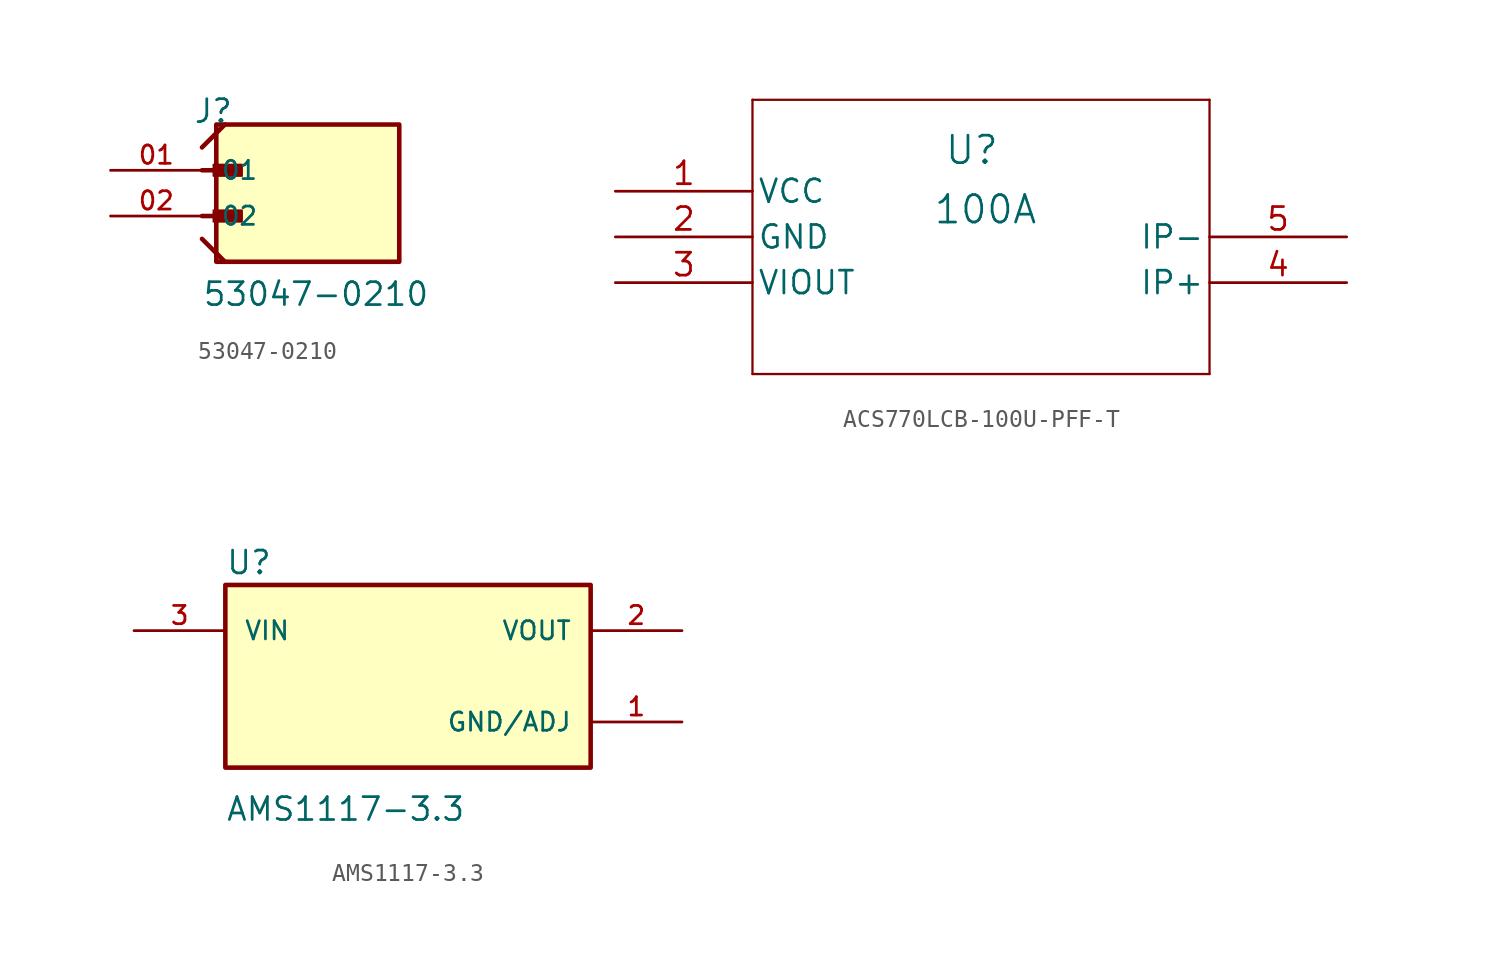
<source format=kicad_sym>
(kicad_symbol_lib
  (version 20231120)
  (generator "kicad_symbol_editor")
  (generator_version "8.0")
  (symbol "53047-0210"
    (pin_names
      (offset 1.016))
    (property "Reference" "J"
      (at -5.58 5.08 0)
      (effects (font (size 1.27 1.27)) (justify left bottom)))
    (property "Value" "53047-0210"
      (at -5.08 -5.08 0)
      (effects (font (size 1.27 1.27)) (justify left bottom)))
    (symbol "53047-0210_0_0"
      (rectangle (start -4.445 -0.318) (end -2.857 0.318) (stroke (width 0.1) (type default)) (fill (type outline)))
      (rectangle (start -4.445 2.223) (end -2.857 2.857) (stroke (width 0.1) (type default)) (fill (type outline)))
      (rectangle (start -4.286 -2.54) (end 5.874 5.08) (stroke (width 0.254) (type default)) (fill (type background)))
      (polyline (pts (xy -5.08 -1.27) (xy -3.81 -2.54)) (stroke (width 0.254) (type default)) (fill (type none)))
      (polyline (pts (xy -5.08 0) (xy -3.175 0)) (stroke (width 0.254) (type default)) (fill (type none)))
      (polyline (pts (xy -5.08 2.54) (xy -3.175 2.54)) (stroke (width 0.254) (type default)) (fill (type none)))
      (polyline (pts (xy -5.08 3.81) (xy -3.81 5.08)) (stroke (width 0.254) (type default)) (fill (type none)))
      (pin passive line (at -10.16 2.54 0) (length 5.08) (name "01" (effects (font (size 1.016 1.016)))) (number "01" (effects (font (size 1.016 1.016)))))
      (pin passive line (at -10.16 0 0) (length 5.08) (name "02" (effects (font (size 1.016 1.016)))) (number "02" (effects (font (size 1.016 1.016)))))))
  (symbol "ACS770LCB-100U-PFF-T"
    (pin_names
      (offset 0.254))
    (property "Reference" "U"
      (at 19.812 2.286 0)
      (effects (font (size 1.524 1.524))))
    (property "Value" "100A"
      (at 20.574 -1.016 0)
      (effects (font (size 1.524 1.524))))
    (property "ki_locked" ""
      (at 0 0 0)
      (effects (font (size 1.27 1.27))))
    (symbol "ACS770LCB-100U-PFF-T_0_1"
      (polyline (pts (xy 7.62 -10.16) (xy 33.02 -10.16)) (stroke (width 0.127) (type default)) (fill (type none)))
      (polyline (pts (xy 7.62 5.08) (xy 7.62 -10.16)) (stroke (width 0.127) (type default)) (fill (type none)))
      (polyline (pts (xy 33.02 -10.16) (xy 33.02 5.08)) (stroke (width 0.127) (type default)) (fill (type none)))
      (polyline (pts (xy 33.02 5.08) (xy 7.62 5.08)) (stroke (width 0.127) (type default)) (fill (type none)))
      (pin power_in line (at 0 0 0) (length 7.62) (name "VCC" (effects (font (size 1.27 1.27)))) (number "1" (effects (font (size 1.27 1.27)))))
      (pin power_out line (at 0 -2.54 0) (length 7.62) (name "GND" (effects (font (size 1.27 1.27)))) (number "2" (effects (font (size 1.27 1.27)))))
      (pin output line (at 0 -5.08 0) (length 7.62) (name "VIOUT" (effects (font (size 1.27 1.27)))) (number "3" (effects (font (size 1.27 1.27)))))
      (pin unspecified line (at 40.64 -5.08 180) (length 7.62) (name "IP+" (effects (font (size 1.27 1.27)))) (number "4" (effects (font (size 1.27 1.27)))))
      (pin unspecified line (at 40.64 -2.54 180) (length 7.62) (name "IP-" (effects (font (size 1.27 1.27)))) (number "5" (effects (font (size 1.27 1.27)))))))
  (symbol "AMS1117-3.3"
    (pin_names
      (offset 1.016))
    (property "Reference" "U"
      (at -10.16 5.588 0)
      (effects (font (size 1.27 1.27)) (justify left bottom)))
    (property "Value" "AMS1117-3.3"
      (at -10.16 -8.128 0)
      (effects (font (size 1.27 1.27)) (justify left bottom)))
    (symbol "AMS1117-3.3_0_0"
      (rectangle (start -10.16 -5.08) (end 10.16 5.08) (stroke (width 0.254) (type default)) (fill (type background)))
      (pin power_in line (at 15.24 -2.54 180) (length 5.08) (name "GND/ADJ" (effects (font (size 1.016 1.016)))) (number "1" (effects (font (size 1.016 1.016)))))
      (pin output line (at 15.24 2.54 180) (length 5.08) (name "VOUT" (effects (font (size 1.016 1.016)))) (number "2" (effects (font (size 1.016 1.016)))))
      (pin input line (at -15.24 2.54 0) (length 5.08) (name "VIN" (effects (font (size 1.016 1.016)))) (number "3" (effects (font (size 1.016 1.016))))))))
</source>
